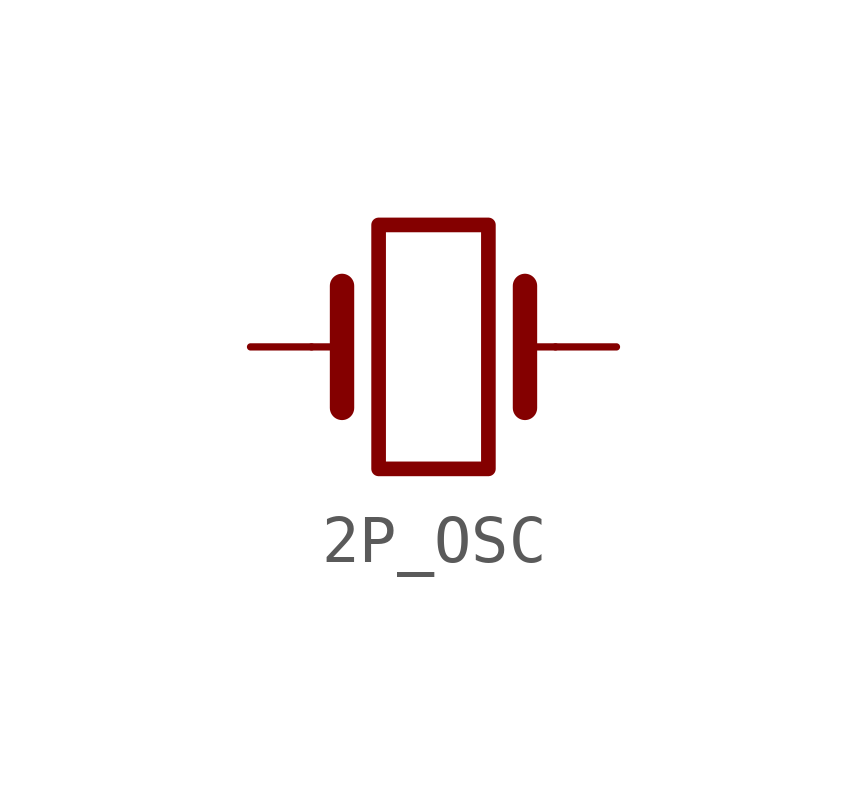
<source format=kicad_sym>
(kicad_symbol_lib
  (version 20211014)
  (generator kicad_symbol_editor)
  (symbol "2P_OSC"
    (pin_numbers hide)
    (pin_names
      (offset 1.016) hide)
    (property "Reference" "Y"
      (at 0 7.62 0)
      (effects (font (size 1.27 1.27)) hide))
    (symbol "2P_OSC_0_1"
      (rectangle (start -1.143 2.54) (end 1.143 -2.54) (stroke (width 0.305) (type default) (color 0 0 0 0)) (fill (type none)))
      (polyline (pts (xy -2.54 0) (xy -1.905 0)) (stroke (width 0) (type default) (color 0 0 0 0)) (fill (type none)))
      (polyline (pts (xy -1.905 -1.27) (xy -1.905 1.27)) (stroke (width 0.508) (type default) (color 0 0 0 0)) (fill (type none)))
      (polyline (pts (xy 1.905 -1.27) (xy 1.905 1.27)) (stroke (width 0.508) (type default) (color 0 0 0 0)) (fill (type none)))
      (polyline (pts (xy 2.54 0) (xy 1.905 0)) (stroke (width 0) (type default) (color 0 0 0 0)) (fill (type none))))
    (symbol "2P_OSC_1_1"
      (pin passive line (at -3.81 0 0) (length 1.27) (name "1" (effects (font (size 1.27 1.27)))) (number "1" (effects (font (size 1.27 1.27)))))
      (pin passive line (at 3.81 0 180) (length 1.27) (name "2" (effects (font (size 1.27 1.27)))) (number "2" (effects (font (size 1.27 1.27))))))))
</source>
